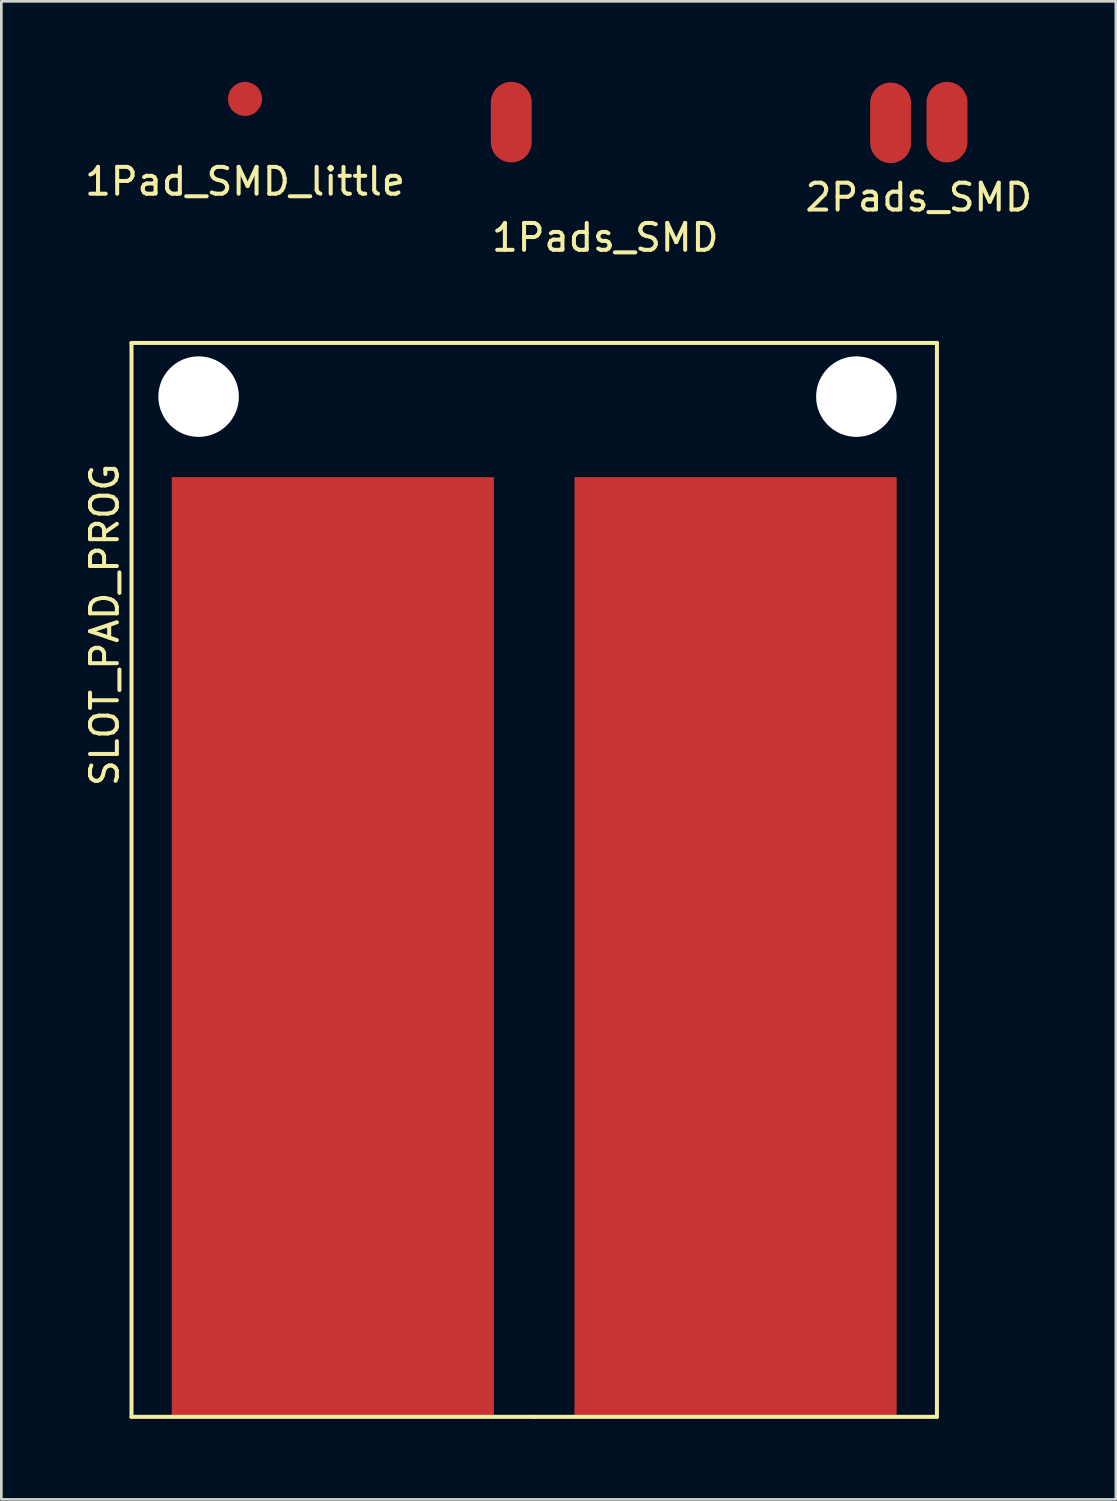
<source format=kicad_pcb>
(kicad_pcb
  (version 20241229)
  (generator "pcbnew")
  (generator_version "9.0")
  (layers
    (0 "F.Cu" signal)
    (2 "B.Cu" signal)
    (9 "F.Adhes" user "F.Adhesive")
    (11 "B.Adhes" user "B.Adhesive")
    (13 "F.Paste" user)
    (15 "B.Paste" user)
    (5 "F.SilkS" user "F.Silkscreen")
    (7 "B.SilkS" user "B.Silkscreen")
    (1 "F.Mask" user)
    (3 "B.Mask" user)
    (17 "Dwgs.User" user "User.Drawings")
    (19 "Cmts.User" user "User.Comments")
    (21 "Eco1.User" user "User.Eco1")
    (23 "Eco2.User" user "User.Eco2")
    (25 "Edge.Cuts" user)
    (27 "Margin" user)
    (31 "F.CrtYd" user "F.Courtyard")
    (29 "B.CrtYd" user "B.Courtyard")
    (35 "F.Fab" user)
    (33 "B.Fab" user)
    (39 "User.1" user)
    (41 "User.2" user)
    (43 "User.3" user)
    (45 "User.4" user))
  (footprint "1Pads_SMD"
    (layer "F.Cu")
    (at 15.994 1.5)
    (property "Reference" "1Pads_SMD" (at 3.5 4.3 0) (layer "F.SilkS") (effects (font (size 1 1) (thickness 0.15))))
    (attr through_hole)
    (pad "1" smd oval (at 0 0) (size 1.524 3) (layers "F.Cu" "F.Mask" "F.Paste")))
  (footprint "1Pad_SMD_little"
    (layer "F.Cu")
    (at 6.077 0.635)
    (property "Reference" "1Pad_SMD_little" (at 0 3.075 0) (layer "F.SilkS") (effects (font (size 1 1) (thickness 0.15))))
    (attr through_hole)
    (pad "1" smd oval (at 0 0) (size 1.27 1.27) (layers "F.Cu" "F.Mask" "F.Paste")))
  (footprint "2Pads_SMD"
    (layer "F.Cu")
    (at 31.173 1.5)
    (property "Reference" "2Pads_SMD" (at 0 2.8 0) (layer "F.SilkS") (effects (font (size 1 1) (thickness 0.15))))
    (attr through_hole)
    (pad "1" smd oval (at -1.05 0.025) (size 1.524 3) (layers "F.Cu" "F.Mask" "F.Paste"))
    (pad "2" smd oval (at 1.05 0) (size 1.524 3) (layers "F.Cu" "F.Mask" "F.Paste")))
  (footprint "SLOT_PAD_PROG"
    (layer "F.Cu")
    (at 16.848 32.223)
    (property "Reference" "SLOT_PAD_PROG" (at -16 -12 90) (layer "F.SilkS") (effects (font (size 1 1) (thickness 0.15))))
    (attr through_hole)
    (fp_line (start -15 -22.5) (end -15 17.5) (stroke (width 0.15) (type solid)) (layer "F.SilkS"))
    (fp_line (start -15 17.5) (end 0 17.5) (stroke (width 0.15) (type solid)) (layer "F.SilkS"))
    (fp_line (start 0 17.5) (end 15 17.5) (stroke (width 0.15) (type solid)) (layer "F.SilkS"))
    (fp_line (start 15 -22.5) (end -15 -22.5) (stroke (width 0.15) (type solid)) (layer "F.SilkS"))
    (fp_line (start 15 17.5) (end 15 -22.5) (stroke (width 0.15) (type solid)) (layer "F.SilkS"))
    (pad "" np_thru_hole circle (at -12.5 -20.5) (size 3 3) (drill 3) (layers "*.Cu" "*.Mask"))
    (pad "" np_thru_hole circle (at 12 -20.5) (size 3 3) (drill 3) (layers "*.Cu" "*.Mask"))
    (pad "1" smd rect (at -7.5 0) (size 12 35) (layers "F.Cu" "F.Mask" "F.Paste"))
    (pad "2" smd rect (at 7.5 0) (size 12 35) (layers "F.Cu" "F.Mask" "F.Paste")))
  (gr_rect
    (start -3 -3)
    (end 38.512 52.798)
    (stroke (width 0.1) (type default))
    (fill no)
    (layer "Edge.Cuts")))
</source>
